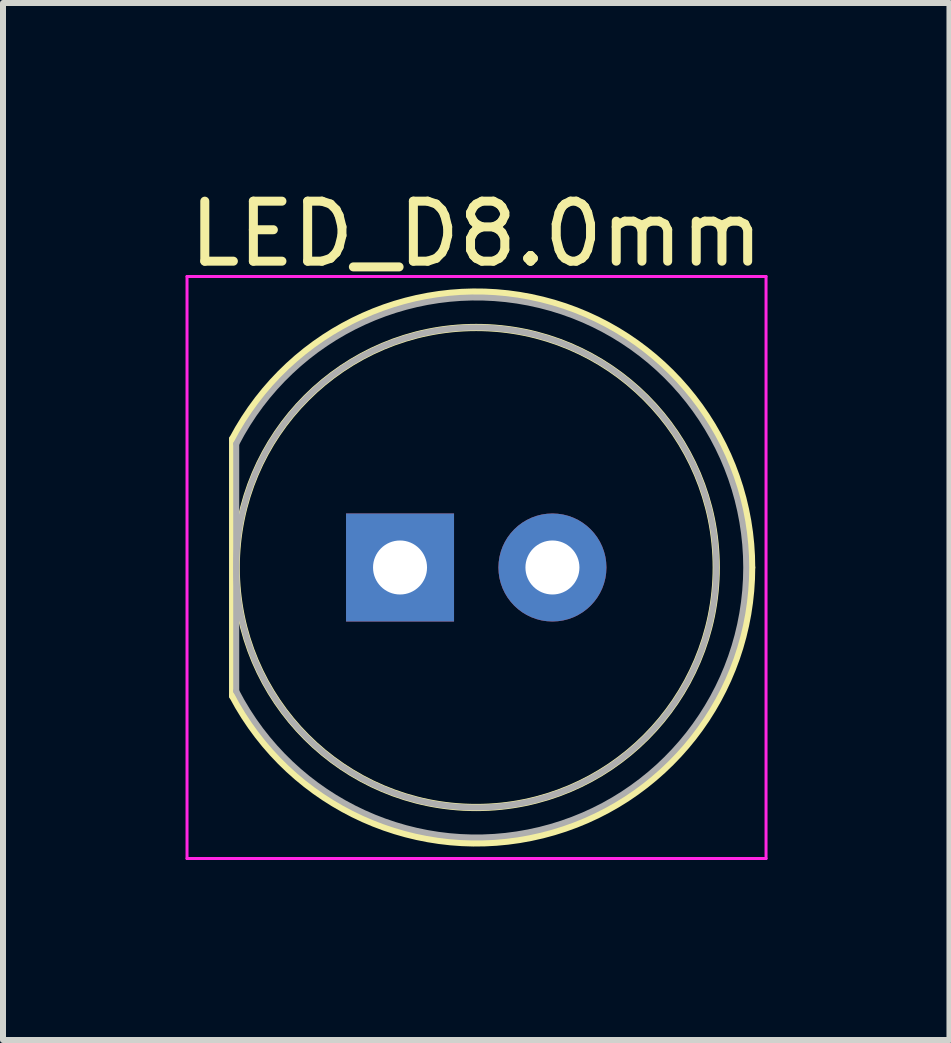
<source format=kicad_pcb>
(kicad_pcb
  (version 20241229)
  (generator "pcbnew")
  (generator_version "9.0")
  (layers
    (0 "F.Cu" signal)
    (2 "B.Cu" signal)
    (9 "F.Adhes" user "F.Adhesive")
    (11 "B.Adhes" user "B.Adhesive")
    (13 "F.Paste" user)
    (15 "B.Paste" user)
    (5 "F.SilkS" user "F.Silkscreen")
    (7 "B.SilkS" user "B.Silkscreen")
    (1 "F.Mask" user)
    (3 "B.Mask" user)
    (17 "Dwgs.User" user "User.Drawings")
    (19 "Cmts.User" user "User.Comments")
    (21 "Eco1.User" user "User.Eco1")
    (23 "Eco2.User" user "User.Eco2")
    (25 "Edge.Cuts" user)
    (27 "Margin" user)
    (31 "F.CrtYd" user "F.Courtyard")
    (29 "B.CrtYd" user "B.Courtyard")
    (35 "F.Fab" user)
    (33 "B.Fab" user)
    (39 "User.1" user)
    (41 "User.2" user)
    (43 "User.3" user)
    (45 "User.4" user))
  (footprint "LED_D8.0mm"
    (layer "F.Cu")
    (at 3.617 6.408)
    (property "Reference" "LED_D8.0mm" (at 1.27 -5.56 0) (layer "F.SilkS") (effects (font (size 1 1) (thickness 0.15))))
    (attr through_hole)
    (fp_line (start -2.79 -2.142) (end -2.79 2.142) (stroke (width 0.12) (type solid)) (layer "F.SilkS"))
    (fp_arc (start -2.79 -2.141145) (mid 2.373119 -4.455472) (end 5.86 0.000486) (stroke (width 0.12) (type solid)) (layer "F.SilkS"))
    (fp_arc (start 5.86 -0.000486) (mid 2.373119 4.455472) (end -2.79 2.141145) (stroke (width 0.12) (type solid)) (layer "F.SilkS"))
    (fp_circle (center 1.27 0) (end 5.27 0) (stroke (width 0.12) (type solid)) (fill no) (layer "F.SilkS"))
    (fp_line (start -3.55 -4.85) (end -3.55 4.85) (stroke (width 0.05) (type solid)) (layer "F.CrtYd"))
    (fp_line (start -3.55 4.85) (end 6.1 4.85) (stroke (width 0.05) (type solid)) (layer "F.CrtYd"))
    (fp_line (start 6.1 -4.85) (end -3.55 -4.85) (stroke (width 0.05) (type solid)) (layer "F.CrtYd"))
    (fp_line (start 6.1 4.85) (end 6.1 -4.85) (stroke (width 0.05) (type solid)) (layer "F.CrtYd"))
    (fp_line (start -2.73 -2.062) (end -2.73 2.062) (stroke (width 0.1) (type solid)) (layer "F.Fab"))
    (fp_arc (start -2.73 -2.061553) (mid 5.77 0.00126) (end -2.731154 2.059312) (stroke (width 0.1) (type solid)) (layer "F.Fab"))
    (fp_circle (center 1.27 0) (end 5.27 0) (stroke (width 0.1) (type solid)) (fill no) (layer "F.Fab"))
    (pad "1" thru_hole rect (at 0 0) (size 1.8 1.8) (drill 0.9) (layers "*.Cu" "*.Mask"))
    (pad "2" thru_hole circle (at 2.54 0) (size 1.8 1.8) (drill 0.9) (layers "*.Cu" "*.Mask")))
  (gr_rect
    (start -3 -3)
    (end 12.774 14.283)
    (stroke (width 0.1) (type default))
    (fill no)
    (layer "Edge.Cuts")))
</source>
